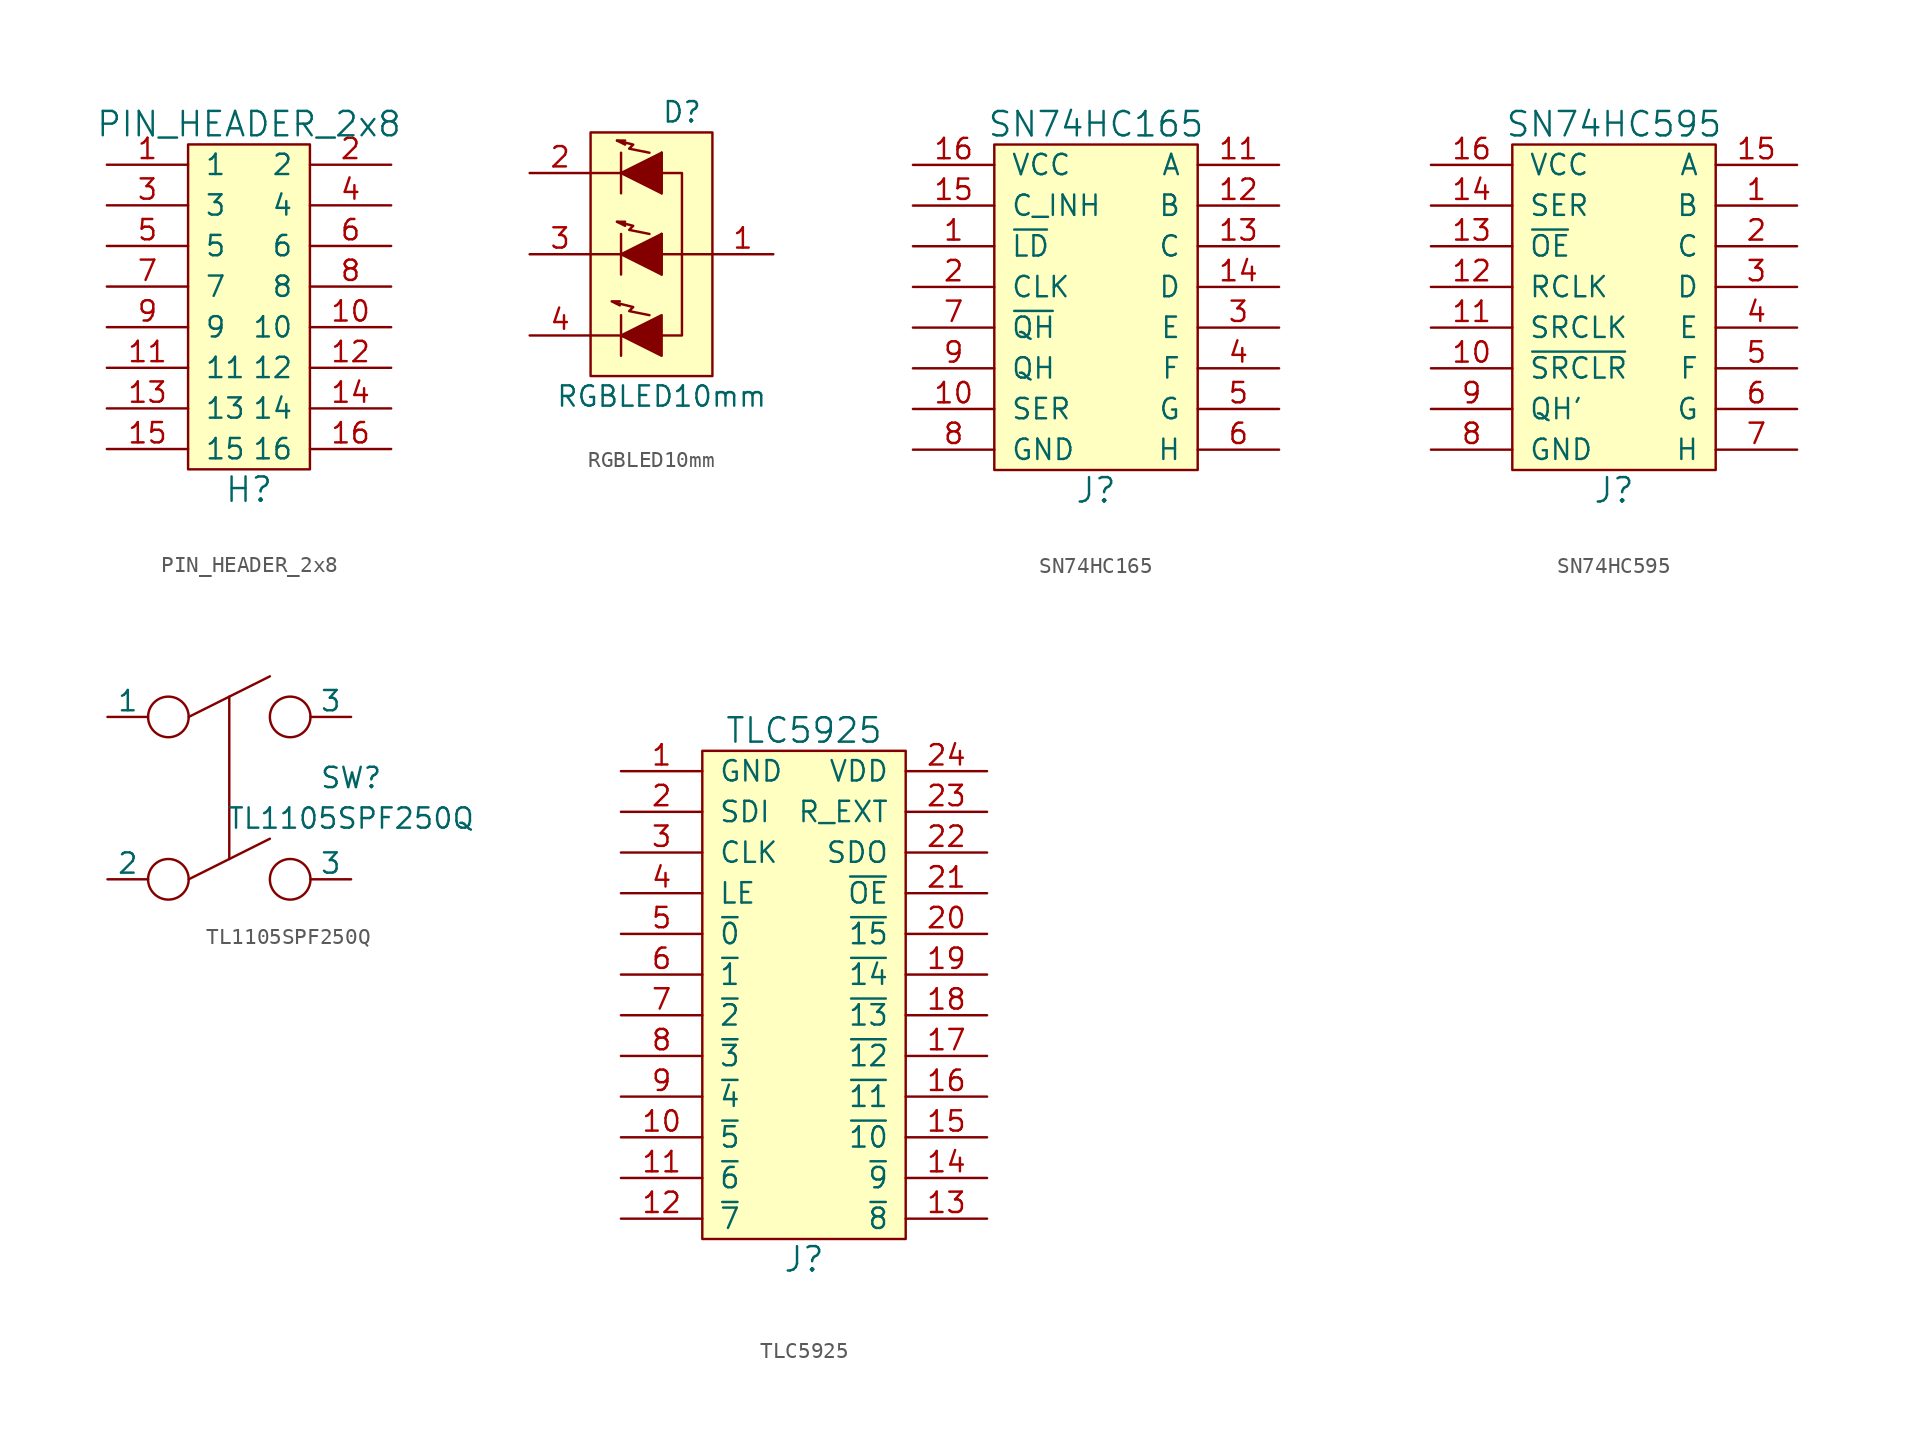
<source format=kicad_sym>
(kicad_symbol_lib
  (version 20231120)
  (generator "kicad_symbol_editor")
  (generator_version "8.0")
  (symbol "PIN_HEADER_2x8"
    (pin_names
      (offset 1.016))
    (property "Reference" "H"
      (at 0 -11.43 0)
      (effects (font (size 1.524 1.524))))
    (property "Value" "PIN_HEADER_2x8"
      (at 0 11.43 0)
      (effects (font (size 1.524 1.524))))
    (property "Footprint" ""
      (at 2.54 3.81 0)
      (effects (font (size 1.524 1.524))))
    (property "Datasheet" ""
      (at 2.54 3.81 0)
      (effects (font (size 1.524 1.524))))
    (symbol "PIN_HEADER_2x8_0_1"
      (rectangle (start -3.81 10.16) (end 3.81 -10.16) (stroke (width 0) (type solid)) (fill (type background))))
    (symbol "PIN_HEADER_2x8_1_1"
      (pin bidirectional line (at -8.89 8.89 0) (length 5.08) (name "1" (effects (font (size 1.27 1.27)))) (number "1" (effects (font (size 1.27 1.27)))))
      (pin bidirectional line (at 8.89 -1.27 180) (length 5.08) (name "10" (effects (font (size 1.27 1.27)))) (number "10" (effects (font (size 1.27 1.27)))))
      (pin bidirectional line (at -8.89 -3.81 0) (length 5.08) (name "11" (effects (font (size 1.27 1.27)))) (number "11" (effects (font (size 1.27 1.27)))))
      (pin bidirectional line (at 8.89 -3.81 180) (length 5.08) (name "12" (effects (font (size 1.27 1.27)))) (number "12" (effects (font (size 1.27 1.27)))))
      (pin bidirectional line (at -8.89 -6.35 0) (length 5.08) (name "13" (effects (font (size 1.27 1.27)))) (number "13" (effects (font (size 1.27 1.27)))))
      (pin bidirectional line (at 8.89 -6.35 180) (length 5.08) (name "14" (effects (font (size 1.27 1.27)))) (number "14" (effects (font (size 1.27 1.27)))))
      (pin bidirectional line (at -8.89 -8.89 0) (length 5.08) (name "15" (effects (font (size 1.27 1.27)))) (number "15" (effects (font (size 1.27 1.27)))))
      (pin bidirectional line (at 8.89 -8.89 180) (length 5.08) (name "16" (effects (font (size 1.27 1.27)))) (number "16" (effects (font (size 1.27 1.27)))))
      (pin bidirectional line (at 8.89 8.89 180) (length 5.08) (name "2" (effects (font (size 1.27 1.27)))) (number "2" (effects (font (size 1.27 1.27)))))
      (pin bidirectional line (at -8.89 6.35 0) (length 5.08) (name "3" (effects (font (size 1.27 1.27)))) (number "3" (effects (font (size 1.27 1.27)))))
      (pin bidirectional line (at 8.89 6.35 180) (length 5.08) (name "4" (effects (font (size 1.27 1.27)))) (number "4" (effects (font (size 1.27 1.27)))))
      (pin bidirectional line (at -8.89 3.81 0) (length 5.08) (name "5" (effects (font (size 1.27 1.27)))) (number "5" (effects (font (size 1.27 1.27)))))
      (pin bidirectional line (at 8.89 3.81 180) (length 5.08) (name "6" (effects (font (size 1.27 1.27)))) (number "6" (effects (font (size 1.27 1.27)))))
      (pin bidirectional line (at -8.89 1.27 0) (length 5.08) (name "7" (effects (font (size 1.27 1.27)))) (number "7" (effects (font (size 1.27 1.27)))))
      (pin bidirectional line (at 8.89 1.27 180) (length 5.08) (name "8" (effects (font (size 1.27 1.27)))) (number "8" (effects (font (size 1.27 1.27)))))
      (pin bidirectional line (at -8.89 -1.27 0) (length 5.08) (name "9" (effects (font (size 1.27 1.27)))) (number "9" (effects (font (size 1.27 1.27)))))))
  (symbol "RGBLED10mm"
    (pin_names
      (offset 1.27) hide)
    (property "Reference" "D"
      (at 1.905 8.89 0)
      (effects (font (size 1.27 1.27))))
    (property "Value" "RGBLED10mm"
      (at 0.635 -8.89 0)
      (effects (font (size 1.27 1.27))))
    (property "Footprint" ""
      (at -1.27 -1.27 0)
      (effects (font (size 1.27 1.27))))
    (property "Datasheet" ""
      (at -1.27 -1.27 0)
      (effects (font (size 1.27 1.27))))
    (symbol "RGBLED10mm_0_1"
      (polyline (pts (xy -1.905 -5.08) (xy -3.81 -5.08)) (stroke (width 0) (type solid)) (fill (type none)))
      (polyline (pts (xy -1.905 -3.81) (xy -1.905 -6.35)) (stroke (width 0) (type solid)) (fill (type none)))
      (polyline (pts (xy -1.905 0) (xy -3.81 0)) (stroke (width 0) (type solid)) (fill (type none)))
      (polyline (pts (xy -1.905 5.08) (xy -3.81 5.08)) (stroke (width 0) (type solid)) (fill (type none)))
      (polyline (pts (xy 0.635 0) (xy 3.81 0)) (stroke (width 0) (type solid)) (fill (type none)))
      (polyline (pts (xy -1.905 1.27) (xy -1.905 -1.27) (xy -1.905 -1.27)) (stroke (width 0) (type solid)) (fill (type none)))
      (polyline (pts (xy -1.905 6.35) (xy -1.905 3.81) (xy -1.905 3.81)) (stroke (width 0) (type solid)) (fill (type none)))
      (polyline (pts (xy -1.981 -2.946) (xy -2.489 -2.946) (xy -1.981 -3.2) (xy -1.981 -3.2)) (stroke (width 0) (type solid)) (fill (type none)))
      (polyline (pts (xy -1.651 2.032) (xy -2.159 2.032) (xy -1.651 1.778) (xy -1.651 1.778)) (stroke (width 0) (type solid)) (fill (type none)))
      (polyline (pts (xy -1.651 7.112) (xy -2.159 7.112) (xy -1.651 6.858) (xy -1.651 6.858)) (stroke (width 0) (type solid)) (fill (type none)))
      (polyline (pts (xy 0.635 5.08) (xy 1.905 5.08) (xy 1.905 -5.08) (xy 0.635 -5.08)) (stroke (width 0) (type solid)) (fill (type none)))
      (polyline (pts (xy -0.127 -3.81) (xy -1.397 -3.556) (xy -1.143 -3.302) (xy -2.159 -3.048) (xy -2.159 -3.048)) (stroke (width 0) (type solid)) (fill (type none)))
      (polyline (pts (xy 0.635 -3.81) (xy 0.635 -6.35) (xy -1.905 -5.08) (xy 0.635 -3.81) (xy 0.635 -3.81)) (stroke (width 0) (type solid)) (fill (type outline)))
      (polyline (pts (xy -0.127 1.27) (xy -1.397 1.524) (xy -1.143 1.778) (xy -2.159 2.032) (xy -2.159 2.032) (xy -2.159 2.032)) (stroke (width 0) (type solid)) (fill (type none)))
      (polyline (pts (xy -0.127 6.35) (xy -1.397 6.604) (xy -1.143 6.858) (xy -2.159 7.112) (xy -2.159 7.112) (xy -2.159 7.112)) (stroke (width 0) (type solid)) (fill (type none)))
      (polyline (pts (xy 0.635 1.27) (xy 0.635 -1.27) (xy -1.905 0) (xy 0.635 1.27) (xy 0.635 1.27) (xy 0.635 1.27)) (stroke (width 0) (type solid)) (fill (type outline)))
      (polyline (pts (xy 0.635 6.35) (xy 0.635 3.81) (xy -1.905 5.08) (xy 0.635 6.35) (xy 0.635 6.35) (xy 0.635 6.35)) (stroke (width 0) (type solid)) (fill (type outline)))
      (rectangle (start 0.635 -1.27) (end 0.635 1.27) (stroke (width 0) (type solid)) (fill (type none)))
      (rectangle (start 0.635 1.27) (end 0.635 1.27) (stroke (width 0) (type solid)) (fill (type none)))
      (rectangle (start 0.635 3.81) (end 0.635 6.35) (stroke (width 0) (type solid)) (fill (type none)))
      (rectangle (start 0.635 6.35) (end 0.635 6.35) (stroke (width 0) (type solid)) (fill (type none)))
      (rectangle (start 3.81 7.62) (end -3.81 -7.62) (stroke (width 0) (type solid)) (fill (type background))))
    (symbol "RGBLED10mm_1_1"
      (pin passive line (at 7.62 0 180) (length 3.81) (name "COMMON_ANODE" (effects (font (size 1.27 1.27)))) (number "1" (effects (font (size 1.27 1.27)))))
      (pin passive line (at -7.62 5.08 0) (length 3.81) (name "RED_CATHODE" (effects (font (size 1.27 1.27)))) (number "2" (effects (font (size 1.27 1.27)))))
      (pin passive line (at -7.62 0 0) (length 3.81) (name "GREEN_CATHODE" (effects (font (size 1.27 1.27)))) (number "3" (effects (font (size 1.27 1.27)))))
      (pin passive line (at -7.62 -5.08 0) (length 3.81) (name "BLUE_CATHODE" (effects (font (size 1.27 1.27)))) (number "4" (effects (font (size 1.27 1.27)))))))
  (symbol "SN74HC165"
    (pin_names
      (offset 1.016))
    (property "Reference" "J"
      (at 0 -11.43 0)
      (effects (font (size 1.524 1.524))))
    (property "Value" "SN74HC165"
      (at 0 11.43 0)
      (effects (font (size 1.524 1.524))))
    (property "Footprint" ""
      (at 0 1.27 0)
      (effects (font (size 1.524 1.524))))
    (property "Datasheet" ""
      (at 0 1.27 0)
      (effects (font (size 1.524 1.524))))
    (symbol "SN74HC165_0_1"
      (rectangle (start -6.35 10.16) (end 6.35 -10.16) (stroke (width 0) (type solid)) (fill (type background))))
    (symbol "SN74HC165_1_1"
      (pin input line (at -11.43 3.81 0) (length 5.08) (name "~{LD}" (effects (font (size 1.27 1.27)))) (number "1" (effects (font (size 1.27 1.27)))))
      (pin input line (at -11.43 -6.35 0) (length 5.08) (name "SER" (effects (font (size 1.27 1.27)))) (number "10" (effects (font (size 1.27 1.27)))))
      (pin input line (at 11.43 8.89 180) (length 5.08) (name "A" (effects (font (size 1.27 1.27)))) (number "11" (effects (font (size 1.27 1.27)))))
      (pin input line (at 11.43 6.35 180) (length 5.08) (name "B" (effects (font (size 1.27 1.27)))) (number "12" (effects (font (size 1.27 1.27)))))
      (pin input line (at 11.43 3.81 180) (length 5.08) (name "C" (effects (font (size 1.27 1.27)))) (number "13" (effects (font (size 1.27 1.27)))))
      (pin input line (at 11.43 1.27 180) (length 5.08) (name "D" (effects (font (size 1.27 1.27)))) (number "14" (effects (font (size 1.27 1.27)))))
      (pin input line (at -11.43 6.35 0) (length 5.08) (name "C_INH" (effects (font (size 1.27 1.27)))) (number "15" (effects (font (size 1.27 1.27)))))
      (pin power_in line (at -11.43 8.89 0) (length 5.08) (name "VCC" (effects (font (size 1.27 1.27)))) (number "16" (effects (font (size 1.27 1.27)))))
      (pin input line (at -11.43 1.27 0) (length 5.08) (name "CLK" (effects (font (size 1.27 1.27)))) (number "2" (effects (font (size 1.27 1.27)))))
      (pin input line (at 11.43 -1.27 180) (length 5.08) (name "E" (effects (font (size 1.27 1.27)))) (number "3" (effects (font (size 1.27 1.27)))))
      (pin input line (at 11.43 -3.81 180) (length 5.08) (name "F" (effects (font (size 1.27 1.27)))) (number "4" (effects (font (size 1.27 1.27)))))
      (pin input line (at 11.43 -6.35 180) (length 5.08) (name "G" (effects (font (size 1.27 1.27)))) (number "5" (effects (font (size 1.27 1.27)))))
      (pin input line (at 11.43 -8.89 180) (length 5.08) (name "H" (effects (font (size 1.27 1.27)))) (number "6" (effects (font (size 1.27 1.27)))))
      (pin output line (at -11.43 -1.27 0) (length 5.08) (name "~{QH}" (effects (font (size 1.27 1.27)))) (number "7" (effects (font (size 1.27 1.27)))))
      (pin power_in line (at -11.43 -8.89 0) (length 5.08) (name "GND" (effects (font (size 1.27 1.27)))) (number "8" (effects (font (size 1.27 1.27)))))
      (pin output line (at -11.43 -3.81 0) (length 5.08) (name "QH" (effects (font (size 1.27 1.27)))) (number "9" (effects (font (size 1.27 1.27)))))))
  (symbol "SN74HC595"
    (pin_names
      (offset 1.016))
    (property "Reference" "J"
      (at 0 -11.43 0)
      (effects (font (size 1.524 1.524))))
    (property "Value" "SN74HC595"
      (at 0 11.43 0)
      (effects (font (size 1.524 1.524))))
    (property "Footprint" ""
      (at 0 1.27 0)
      (effects (font (size 1.524 1.524))))
    (property "Datasheet" ""
      (at 0 1.27 0)
      (effects (font (size 1.524 1.524))))
    (symbol "SN74HC595_0_1"
      (rectangle (start -6.35 10.16) (end 6.35 -10.16) (stroke (width 0) (type solid)) (fill (type background))))
    (symbol "SN74HC595_1_1"
      (pin output line (at 11.43 6.35 180) (length 5.08) (name "B" (effects (font (size 1.27 1.27)))) (number "1" (effects (font (size 1.27 1.27)))))
      (pin input line (at -11.43 -3.81 0) (length 5.08) (name "~{SRCLR}" (effects (font (size 1.27 1.27)))) (number "10" (effects (font (size 1.27 1.27)))))
      (pin input line (at -11.43 -1.27 0) (length 5.08) (name "SRCLK" (effects (font (size 1.27 1.27)))) (number "11" (effects (font (size 1.27 1.27)))))
      (pin input line (at -11.43 1.27 0) (length 5.08) (name "RCLK" (effects (font (size 1.27 1.27)))) (number "12" (effects (font (size 1.27 1.27)))))
      (pin input line (at -11.43 3.81 0) (length 5.08) (name "~{OE}" (effects (font (size 1.27 1.27)))) (number "13" (effects (font (size 1.27 1.27)))))
      (pin input line (at -11.43 6.35 0) (length 5.08) (name "SER" (effects (font (size 1.27 1.27)))) (number "14" (effects (font (size 1.27 1.27)))))
      (pin output line (at 11.43 8.89 180) (length 5.08) (name "A" (effects (font (size 1.27 1.27)))) (number "15" (effects (font (size 1.27 1.27)))))
      (pin power_in line (at -11.43 8.89 0) (length 5.08) (name "VCC" (effects (font (size 1.27 1.27)))) (number "16" (effects (font (size 1.27 1.27)))))
      (pin output line (at 11.43 3.81 180) (length 5.08) (name "C" (effects (font (size 1.27 1.27)))) (number "2" (effects (font (size 1.27 1.27)))))
      (pin output line (at 11.43 1.27 180) (length 5.08) (name "D" (effects (font (size 1.27 1.27)))) (number "3" (effects (font (size 1.27 1.27)))))
      (pin output line (at 11.43 -1.27 180) (length 5.08) (name "E" (effects (font (size 1.27 1.27)))) (number "4" (effects (font (size 1.27 1.27)))))
      (pin output line (at 11.43 -3.81 180) (length 5.08) (name "F" (effects (font (size 1.27 1.27)))) (number "5" (effects (font (size 1.27 1.27)))))
      (pin output line (at 11.43 -6.35 180) (length 5.08) (name "G" (effects (font (size 1.27 1.27)))) (number "6" (effects (font (size 1.27 1.27)))))
      (pin output line (at 11.43 -8.89 180) (length 5.08) (name "H" (effects (font (size 1.27 1.27)))) (number "7" (effects (font (size 1.27 1.27)))))
      (pin power_in line (at -11.43 -8.89 0) (length 5.08) (name "GND" (effects (font (size 1.27 1.27)))) (number "8" (effects (font (size 1.27 1.27)))))
      (pin output line (at -11.43 -6.35 0) (length 5.08) (name "QH'" (effects (font (size 1.27 1.27)))) (number "9" (effects (font (size 1.27 1.27)))))))
  (symbol "TL1105SPF250Q"
    (pin_numbers hide)
    (pin_names
      (offset 0))
    (property "Reference" "SW"
      (at 7.62 1.27 0)
      (effects (font (size 1.27 1.27))))
    (property "Value" "TL1105SPF250Q"
      (at 7.62 -1.27 0)
      (effects (font (size 1.27 1.27))))
    (property "Footprint" ""
      (at 0 0 0)
      (effects (font (size 1.27 1.27))))
    (property "Datasheet" ""
      (at 0 0 0)
      (effects (font (size 1.27 1.27))))
    (symbol "TL1105SPF250Q_0_0"
      (circle (center -3.81 -5.08) (radius 1.27) (stroke (width 0) (type solid)) (fill (type none)))
      (circle (center -3.81 5.08) (radius 1.27) (stroke (width 0) (type solid)) (fill (type none)))
      (polyline (pts (xy -2.54 -5.08) (xy 2.54 -2.54)) (stroke (width 0) (type solid)) (fill (type none)))
      (polyline (pts (xy -2.54 5.08) (xy 2.54 7.62)) (stroke (width 0) (type solid)) (fill (type none)))
      (polyline (pts (xy 0 6.35) (xy 0 -3.81)) (stroke (width 0) (type solid)) (fill (type none)))
      (circle (center 3.81 -5.08) (radius 1.27) (stroke (width 0) (type solid)) (fill (type none)))
      (circle (center 3.81 5.08) (radius 1.27) (stroke (width 0) (type solid)) (fill (type none))))
    (symbol "TL1105SPF250Q_1_1"
      (pin input line (at -7.62 5.08 0) (length 2.54) (name "1" (effects (font (size 1.27 1.27)))) (number "1" (effects (font (size 1.27 1.27)))))
      (pin input line (at -7.62 -5.08 0) (length 2.54) (name "2" (effects (font (size 1.27 1.27)))) (number "2" (effects (font (size 1.27 1.27)))))
      (pin input line (at 7.62 -5.08 180) (length 2.54) (name "3" (effects (font (size 1.27 1.27)))) (number "3" (effects (font (size 1.27 1.27)))))
      (pin input line (at 7.62 5.08 180) (length 2.54) (name "3" (effects (font (size 1.27 1.27)))) (number "3" (effects (font (size 1.27 1.27)))))))
  (symbol "TLC5925"
    (pin_names
      (offset 1.016))
    (property "Reference" "J"
      (at 0 -16.51 0)
      (effects (font (size 1.524 1.524))))
    (property "Value" "TLC5925"
      (at 0 16.51 0)
      (effects (font (size 1.524 1.524))))
    (property "Footprint" ""
      (at 0 1.27 0)
      (effects (font (size 1.524 1.524))))
    (property "Datasheet" ""
      (at 0 1.27 0)
      (effects (font (size 1.524 1.524))))
    (symbol "TLC5925_0_1"
      (rectangle (start -6.35 15.24) (end 6.35 -15.24) (stroke (width 0) (type solid)) (fill (type background))))
    (symbol "TLC5925_1_1"
      (pin power_in line (at -11.43 13.97 0) (length 5.08) (name "GND" (effects (font (size 1.27 1.27)))) (number "1" (effects (font (size 1.27 1.27)))))
      (pin output line (at -11.43 -8.89 0) (length 5.08) (name "~{5}" (effects (font (size 1.27 1.27)))) (number "10" (effects (font (size 1.27 1.27)))))
      (pin output line (at -11.43 -11.43 0) (length 5.08) (name "~{6}" (effects (font (size 1.27 1.27)))) (number "11" (effects (font (size 1.27 1.27)))))
      (pin output line (at -11.43 -13.97 0) (length 5.08) (name "~{7}" (effects (font (size 1.27 1.27)))) (number "12" (effects (font (size 1.27 1.27)))))
      (pin output line (at 11.43 -13.97 180) (length 5.08) (name "~{8}" (effects (font (size 1.27 1.27)))) (number "13" (effects (font (size 1.27 1.27)))))
      (pin output line (at 11.43 -11.43 180) (length 5.08) (name "~{9}" (effects (font (size 1.27 1.27)))) (number "14" (effects (font (size 1.27 1.27)))))
      (pin output line (at 11.43 -8.89 180) (length 5.08) (name "~{10}" (effects (font (size 1.27 1.27)))) (number "15" (effects (font (size 1.27 1.27)))))
      (pin output line (at 11.43 -6.35 180) (length 5.08) (name "~{11}" (effects (font (size 1.27 1.27)))) (number "16" (effects (font (size 1.27 1.27)))))
      (pin output line (at 11.43 -3.81 180) (length 5.08) (name "~{12}" (effects (font (size 1.27 1.27)))) (number "17" (effects (font (size 1.27 1.27)))))
      (pin output line (at 11.43 -1.27 180) (length 5.08) (name "~{13}" (effects (font (size 1.27 1.27)))) (number "18" (effects (font (size 1.27 1.27)))))
      (pin output line (at 11.43 1.27 180) (length 5.08) (name "~{14}" (effects (font (size 1.27 1.27)))) (number "19" (effects (font (size 1.27 1.27)))))
      (pin input line (at -11.43 11.43 0) (length 5.08) (name "SDI" (effects (font (size 1.27 1.27)))) (number "2" (effects (font (size 1.27 1.27)))))
      (pin output line (at 11.43 3.81 180) (length 5.08) (name "~{15}" (effects (font (size 1.27 1.27)))) (number "20" (effects (font (size 1.27 1.27)))))
      (pin input line (at 11.43 6.35 180) (length 5.08) (name "~{OE}" (effects (font (size 1.27 1.27)))) (number "21" (effects (font (size 1.27 1.27)))))
      (pin output line (at 11.43 8.89 180) (length 5.08) (name "SDO" (effects (font (size 1.27 1.27)))) (number "22" (effects (font (size 1.27 1.27)))))
      (pin input line (at 11.43 11.43 180) (length 5.08) (name "R_EXT" (effects (font (size 1.27 1.27)))) (number "23" (effects (font (size 1.27 1.27)))))
      (pin power_in line (at 11.43 13.97 180) (length 5.08) (name "VDD" (effects (font (size 1.27 1.27)))) (number "24" (effects (font (size 1.27 1.27)))))
      (pin input line (at -11.43 8.89 0) (length 5.08) (name "CLK" (effects (font (size 1.27 1.27)))) (number "3" (effects (font (size 1.27 1.27)))))
      (pin input line (at -11.43 6.35 0) (length 5.08) (name "LE" (effects (font (size 1.27 1.27)))) (number "4" (effects (font (size 1.27 1.27)))))
      (pin output line (at -11.43 3.81 0) (length 5.08) (name "~{0}" (effects (font (size 1.27 1.27)))) (number "5" (effects (font (size 1.27 1.27)))))
      (pin output line (at -11.43 1.27 0) (length 5.08) (name "~{1}" (effects (font (size 1.27 1.27)))) (number "6" (effects (font (size 1.27 1.27)))))
      (pin output line (at -11.43 -1.27 0) (length 5.08) (name "~{2}" (effects (font (size 1.27 1.27)))) (number "7" (effects (font (size 1.27 1.27)))))
      (pin output line (at -11.43 -3.81 0) (length 5.08) (name "~{3}" (effects (font (size 1.27 1.27)))) (number "8" (effects (font (size 1.27 1.27)))))
      (pin output line (at -11.43 -6.35 0) (length 5.08) (name "~{4}" (effects (font (size 1.27 1.27)))) (number "9" (effects (font (size 1.27 1.27))))))))
</source>
